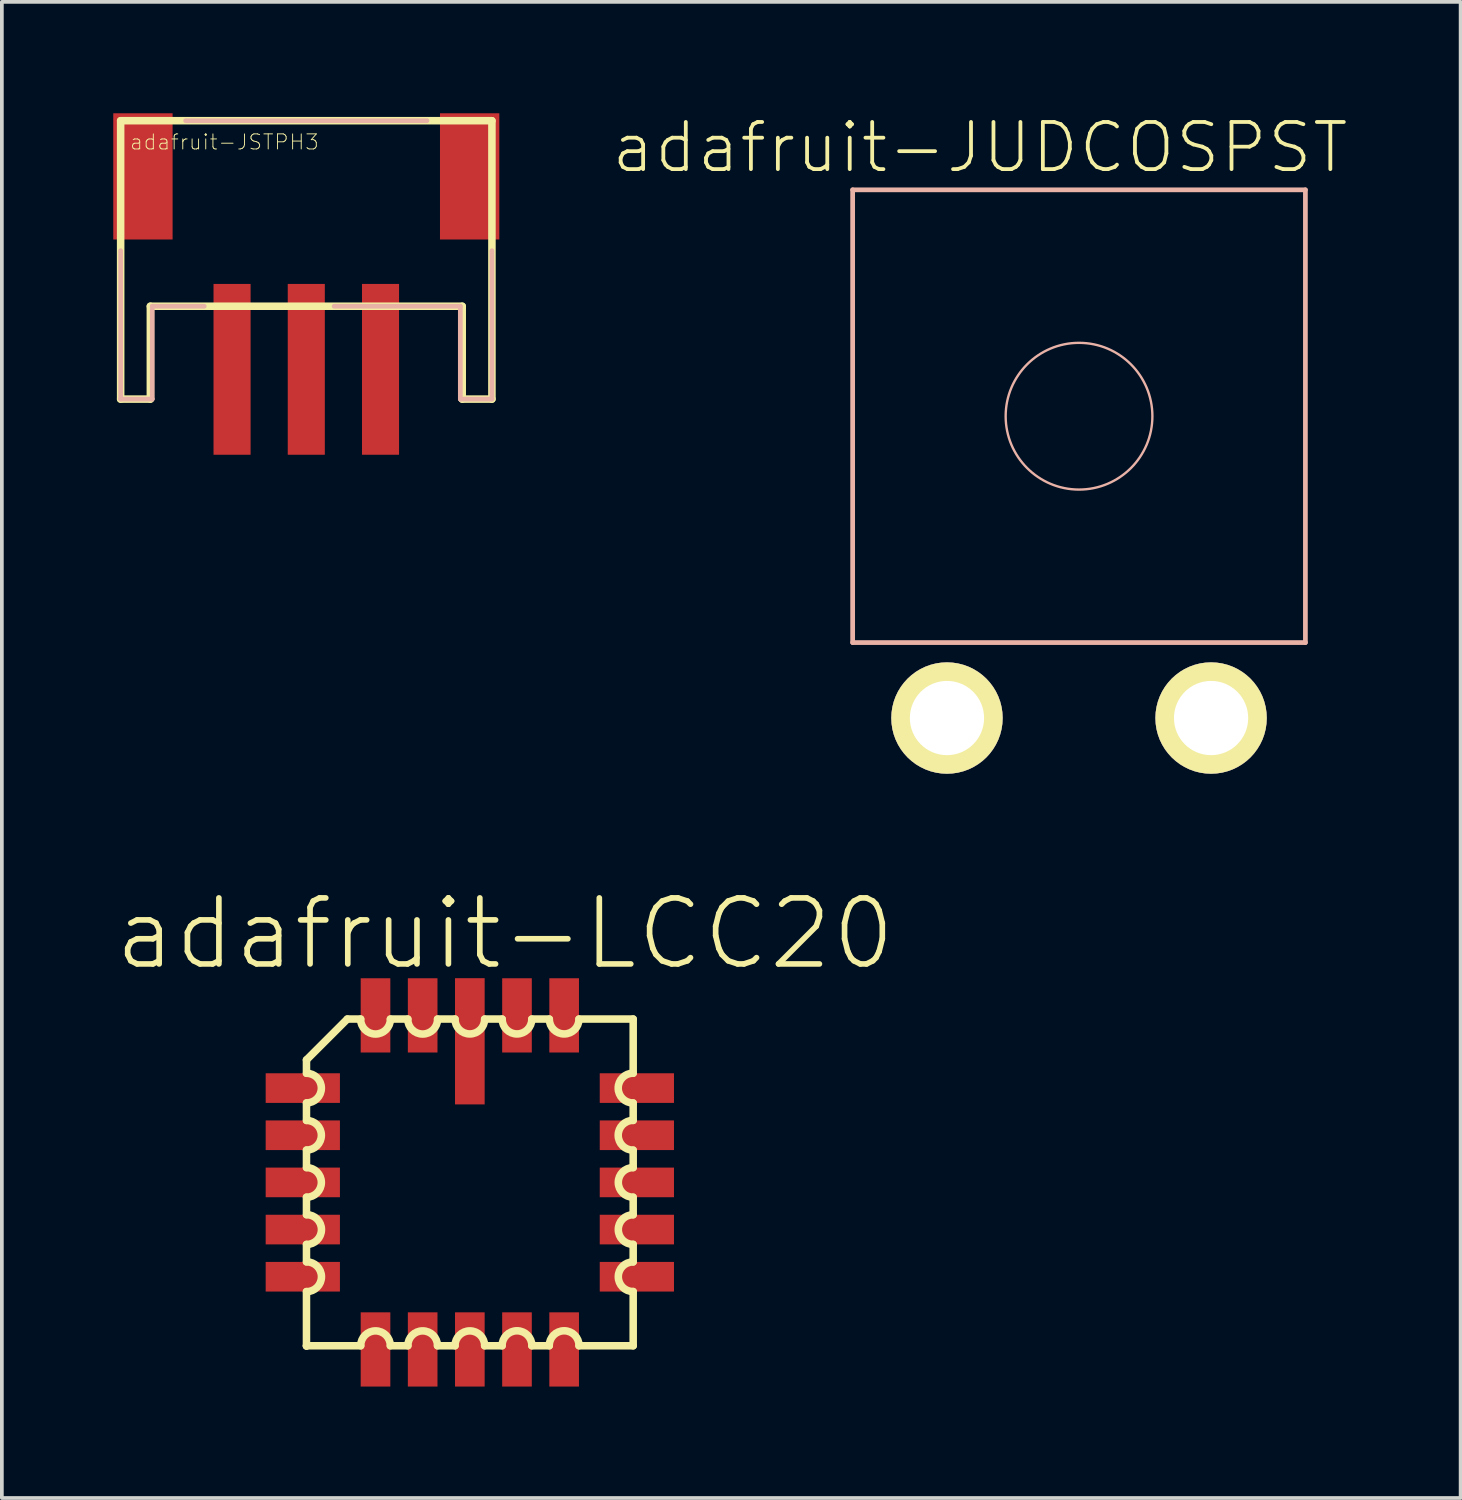
<source format=kicad_pcb>
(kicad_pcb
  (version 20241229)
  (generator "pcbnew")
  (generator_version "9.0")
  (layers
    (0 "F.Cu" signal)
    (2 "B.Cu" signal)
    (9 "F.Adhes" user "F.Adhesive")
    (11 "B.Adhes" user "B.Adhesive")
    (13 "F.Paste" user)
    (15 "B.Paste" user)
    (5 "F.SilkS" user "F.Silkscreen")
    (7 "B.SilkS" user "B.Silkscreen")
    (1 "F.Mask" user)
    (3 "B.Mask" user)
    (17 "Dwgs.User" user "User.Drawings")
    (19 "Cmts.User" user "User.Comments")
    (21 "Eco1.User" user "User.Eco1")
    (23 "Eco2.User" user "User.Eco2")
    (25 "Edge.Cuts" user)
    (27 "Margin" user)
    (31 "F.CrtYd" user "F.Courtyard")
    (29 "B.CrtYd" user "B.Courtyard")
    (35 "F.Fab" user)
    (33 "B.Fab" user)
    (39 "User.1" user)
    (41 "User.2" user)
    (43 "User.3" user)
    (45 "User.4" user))
  (footprint "adafruit-JUDCOSPST"
    (layer "F.Cu")
    (at 26.007 8.158)
    (property "Reference" "adafruit-JUDCOSPST" (at -2.667 -7.236 0) (layer "F.SilkS") (effects (font (size 1.27 1.27) (thickness 0.102))))
    (attr exclude_from_pos_files exclude_from_bom)
    (fp_line (start -6.096 -6.096) (end 6.096 -6.096) (stroke (width 0.127) (type solid)) (layer "B.SilkS"))
    (fp_line (start -6.096 6.096) (end -6.096 -6.096) (stroke (width 0.127) (type solid)) (layer "B.SilkS"))
    (fp_line (start 6.096 -6.096) (end 6.096 6.096) (stroke (width 0.127) (type solid)) (layer "B.SilkS"))
    (fp_line (start 6.096 6.096) (end -6.096 6.096) (stroke (width 0.127) (type solid)) (layer "B.SilkS"))
    (fp_circle (center 0 0) (end -1.397 1.397) (stroke (width 0.064) (type solid)) (fill no) (layer "B.SilkS"))
    (pad "P" thru_hole circle (at 3.556 8.128) (size 3 3) (drill 1.999) (layers "*.Cu" "F.Mask" "F.SilkS" "F.Paste"))
    (pad "T" thru_hole circle (at -3.556 8.128) (size 3 3) (drill 1.999) (layers "*.Cu" "F.Mask" "F.SilkS" "F.Paste")))
  (footprint "adafruit-LCC20"
    (layer "F.Cu")
    (at 9.602 28.791)
    (property "Reference" "adafruit-LCC20" (at 0.947 -6.698 0) (layer "F.SilkS") (effects (font (size 1.778 1.778) (thickness 0.152))))
    (attr smd)
    (fp_line (start -4.399 -3.299) (end -4.399 -2.939) (stroke (width 0.203) (type solid)) (layer "F.SilkS"))
    (fp_line (start -4.399 -2.139) (end -4.399 -1.669) (stroke (width 0.203) (type solid)) (layer "F.SilkS"))
    (fp_line (start -4.399 -0.869) (end -4.399 -0.399) (stroke (width 0.203) (type solid)) (layer "F.SilkS"))
    (fp_line (start -4.399 0.399) (end -4.399 0.869) (stroke (width 0.203) (type solid)) (layer "F.SilkS"))
    (fp_line (start -4.399 1.669) (end -4.399 2.139) (stroke (width 0.203) (type solid)) (layer "F.SilkS"))
    (fp_line (start -4.399 2.939) (end -4.399 4.399) (stroke (width 0.203) (type solid)) (layer "F.SilkS"))
    (fp_line (start -4.399 4.399) (end -4.399 4.409) (stroke (width 0.203) (type solid)) (layer "F.SilkS"))
    (fp_line (start -4.399 4.399) (end -2.939 4.399) (stroke (width 0.203) (type solid)) (layer "F.SilkS"))
    (fp_line (start -3.299 -4.399) (end -4.399 -3.299) (stroke (width 0.203) (type solid)) (layer "F.SilkS"))
    (fp_line (start -2.939 -4.399) (end -3.299 -4.399) (stroke (width 0.203) (type solid)) (layer "F.SilkS"))
    (fp_line (start -2.139 4.399) (end -1.669 4.399) (stroke (width 0.203) (type solid)) (layer "F.SilkS"))
    (fp_line (start -1.669 -4.399) (end -2.139 -4.399) (stroke (width 0.203) (type solid)) (layer "F.SilkS"))
    (fp_line (start -0.869 4.399) (end -0.399 4.399) (stroke (width 0.203) (type solid)) (layer "F.SilkS"))
    (fp_line (start -0.399 -4.399) (end -0.869 -4.399) (stroke (width 0.203) (type solid)) (layer "F.SilkS"))
    (fp_line (start 0.399 4.399) (end 0.869 4.399) (stroke (width 0.203) (type solid)) (layer "F.SilkS"))
    (fp_line (start 0.869 -4.399) (end 0.399 -4.399) (stroke (width 0.203) (type solid)) (layer "F.SilkS"))
    (fp_line (start 1.669 4.399) (end 2.139 4.399) (stroke (width 0.203) (type solid)) (layer "F.SilkS"))
    (fp_line (start 2.139 -4.399) (end 1.669 -4.399) (stroke (width 0.203) (type solid)) (layer "F.SilkS"))
    (fp_line (start 2.939 4.399) (end 4.399 4.399) (stroke (width 0.203) (type solid)) (layer "F.SilkS"))
    (fp_line (start 4.399 -4.399) (end 2.939 -4.399) (stroke (width 0.203) (type solid)) (layer "F.SilkS"))
    (fp_line (start 4.399 -2.939) (end 4.399 -4.399) (stroke (width 0.203) (type solid)) (layer "F.SilkS"))
    (fp_line (start 4.399 -1.669) (end 4.399 -2.139) (stroke (width 0.203) (type solid)) (layer "F.SilkS"))
    (fp_line (start 4.399 -0.399) (end 4.399 -0.869) (stroke (width 0.203) (type solid)) (layer "F.SilkS"))
    (fp_line (start 4.399 0.869) (end 4.399 0.399) (stroke (width 0.203) (type solid)) (layer "F.SilkS"))
    (fp_line (start 4.399 2.139) (end 4.399 1.669) (stroke (width 0.203) (type solid)) (layer "F.SilkS"))
    (fp_line (start 4.399 4.399) (end 4.399 2.939) (stroke (width 0.203) (type solid)) (layer "F.SilkS"))
    (fp_arc (start -4.39674 -2.93878) (mid -3.99796 -2.54) (end -4.39674 -2.14122) (stroke (width 0.2032) (type solid)) (layer "F.SilkS"))
    (fp_arc (start -4.39674 -1.66878) (mid -3.99796 -1.27) (end -4.39674 -0.87122) (stroke (width 0.2032) (type solid)) (layer "F.SilkS"))
    (fp_arc (start -4.39674 -0.39878) (mid -3.99796 0) (end -4.39674 0.39878) (stroke (width 0.2032) (type solid)) (layer "F.SilkS"))
    (fp_arc (start -4.39674 0.86868) (mid -3.99542 1.27) (end -4.39674 1.67132) (stroke (width 0.2032) (type solid)) (layer "F.SilkS"))
    (fp_arc (start -4.39674 2.13868) (mid -3.99542 2.54) (end -4.39674 2.94132) (stroke (width 0.2032) (type solid)) (layer "F.SilkS"))
    (fp_arc (start -2.93878 4.39674) (mid -2.54 3.99796) (end -2.14122 4.39674) (stroke (width 0.2032) (type solid)) (layer "F.SilkS"))
    (fp_arc (start -2.13868 -4.39674) (mid -2.54 -3.99542) (end -2.94132 -4.39674) (stroke (width 0.2032) (type solid)) (layer "F.SilkS"))
    (fp_arc (start -1.66878 4.39674) (mid -1.27 3.99796) (end -0.87122 4.39674) (stroke (width 0.2032) (type solid)) (layer "F.SilkS"))
    (fp_arc (start -0.86868 -4.39674) (mid -1.27 -3.99542) (end -1.67132 -4.39674) (stroke (width 0.2032) (type solid)) (layer "F.SilkS"))
    (fp_arc (start -0.39878 4.39674) (mid 0 3.99796) (end 0.39878 4.39674) (stroke (width 0.2032) (type solid)) (layer "F.SilkS"))
    (fp_arc (start 0.39878 -4.39674) (mid 0 -3.99796) (end -0.39878 -4.39674) (stroke (width 0.2032) (type solid)) (layer "F.SilkS"))
    (fp_arc (start 0.86868 4.39674) (mid 1.27 3.99542) (end 1.67132 4.39674) (stroke (width 0.2032) (type solid)) (layer "F.SilkS"))
    (fp_arc (start 1.66878 -4.39674) (mid 1.27 -3.99796) (end 0.87122 -4.39674) (stroke (width 0.2032) (type solid)) (layer "F.SilkS"))
    (fp_arc (start 2.13868 4.39674) (mid 2.54 3.99542) (end 2.94132 4.39674) (stroke (width 0.2032) (type solid)) (layer "F.SilkS"))
    (fp_arc (start 2.93878 -4.39674) (mid 2.54 -3.99796) (end 2.14122 -4.39674) (stroke (width 0.2032) (type solid)) (layer "F.SilkS"))
    (fp_arc (start 4.39674 -2.13868) (mid 3.99542 -2.54) (end 4.39674 -2.94132) (stroke (width 0.2032) (type solid)) (layer "F.SilkS"))
    (fp_arc (start 4.39674 -0.86868) (mid 3.99542 -1.27) (end 4.39674 -1.67132) (stroke (width 0.2032) (type solid)) (layer "F.SilkS"))
    (fp_arc (start 4.39674 0.39878) (mid 3.99796 0) (end 4.39674 -0.39878) (stroke (width 0.2032) (type solid)) (layer "F.SilkS"))
    (fp_arc (start 4.39674 1.66878) (mid 3.99796 1.27) (end 4.39674 0.87122) (stroke (width 0.2032) (type solid)) (layer "F.SilkS"))
    (fp_arc (start 4.39674 2.93878) (mid 3.99796 2.54) (end 4.39674 2.14122) (stroke (width 0.2032) (type solid)) (layer "F.SilkS"))
    (pad "1" smd rect (at 0 -3.8) (size 0.798 3.399) (layers "F.Cu" "F.Mask" "F.Paste"))
    (pad "2" smd rect (at -1.27 -4.498) (size 0.798 1.999) (layers "F.Cu" "F.Mask" "F.Paste"))
    (pad "3" smd rect (at -2.54 -4.498) (size 0.798 1.999) (layers "F.Cu" "F.Mask" "F.Paste"))
    (pad "4" smd rect (at -4.498 -2.54) (size 1.999 0.798) (layers "F.Cu" "F.Mask" "F.Paste"))
    (pad "5" smd rect (at -4.498 -1.27) (size 1.999 0.798) (layers "F.Cu" "F.Mask" "F.Paste"))
    (pad "6" smd rect (at -4.498 0) (size 1.999 0.798) (layers "F.Cu" "F.Mask" "F.Paste"))
    (pad "7" smd rect (at -4.498 1.27) (size 1.999 0.798) (layers "F.Cu" "F.Mask" "F.Paste"))
    (pad "8" smd rect (at -4.498 2.54) (size 1.999 0.798) (layers "F.Cu" "F.Mask" "F.Paste"))
    (pad "9" smd rect (at -2.54 4.498) (size 0.798 1.999) (layers "F.Cu" "F.Mask" "F.Paste"))
    (pad "10" smd rect (at -1.27 4.498) (size 0.798 1.999) (layers "F.Cu" "F.Mask" "F.Paste"))
    (pad "11" smd rect (at 0 4.498) (size 0.798 1.999) (layers "F.Cu" "F.Mask" "F.Paste"))
    (pad "12" smd rect (at 1.27 4.498) (size 0.798 1.999) (layers "F.Cu" "F.Mask" "F.Paste"))
    (pad "13" smd rect (at 2.54 4.498) (size 0.798 1.999) (layers "F.Cu" "F.Mask" "F.Paste"))
    (pad "14" smd rect (at 4.498 2.54) (size 1.999 0.798) (layers "F.Cu" "F.Mask" "F.Paste"))
    (pad "15" smd rect (at 4.498 1.27) (size 1.999 0.798) (layers "F.Cu" "F.Mask" "F.Paste"))
    (pad "16" smd rect (at 4.498 0) (size 1.999 0.798) (layers "F.Cu" "F.Mask" "F.Paste"))
    (pad "17" smd rect (at 4.498 -1.27) (size 1.999 0.798) (layers "F.Cu" "F.Mask" "F.Paste"))
    (pad "18" smd rect (at 4.498 -2.54) (size 1.999 0.798) (layers "F.Cu" "F.Mask" "F.Paste"))
    (pad "19" smd rect (at 2.54 -4.498) (size 0.798 1.999) (layers "F.Cu" "F.Mask" "F.Paste"))
    (pad "20" smd rect (at 1.27 -4.498) (size 0.798 1.999) (layers "F.Cu" "F.Mask" "F.Paste")))
  (footprint "adafruit-JSTPH3"
    (layer "F.Cu")
    (at 5.198 4.199)
    (property "Reference" "adafruit-JSTPH3" (at -2.205 -3.424 0) (layer "F.SilkS") (effects (font (size 0.406 0.406) (thickness 0.025))))
    (attr smd)
    (fp_line (start -4.999 -3.998) (end 4.999 -3.998) (stroke (width 0.203) (type solid)) (layer "F.SilkS"))
    (fp_line (start -4.999 3.498) (end -4.999 -3.998) (stroke (width 0.203) (type solid)) (layer "F.SilkS"))
    (fp_line (start -4.199 0.998) (end -4.199 3.498) (stroke (width 0.203) (type solid)) (layer "F.SilkS"))
    (fp_line (start -4.199 3.498) (end -4.999 3.498) (stroke (width 0.203) (type solid)) (layer "F.SilkS"))
    (fp_line (start 4.199 0.998) (end -4.199 0.998) (stroke (width 0.203) (type solid)) (layer "F.SilkS"))
    (fp_line (start 4.199 3.498) (end 4.199 0.998) (stroke (width 0.203) (type solid)) (layer "F.SilkS"))
    (fp_line (start 4.999 -3.998) (end 4.999 3.498) (stroke (width 0.203) (type solid)) (layer "F.SilkS"))
    (fp_line (start 4.999 3.498) (end 4.199 3.498) (stroke (width 0.203) (type solid)) (layer "F.SilkS"))
    (fp_line (start -4.999 3.498) (end -4.999 -0.498) (stroke (width 0.127) (type solid)) (layer "B.SilkS"))
    (fp_line (start -4.148 0.998) (end -4.148 3.498) (stroke (width 0.127) (type solid)) (layer "B.SilkS"))
    (fp_line (start -4.148 3.498) (end -4.999 3.498) (stroke (width 0.127) (type solid)) (layer "B.SilkS"))
    (fp_line (start -3.249 -3.998) (end 3.249 -3.998) (stroke (width 0.127) (type solid)) (layer "B.SilkS"))
    (fp_line (start -2.748 0.998) (end -4.148 0.998) (stroke (width 0.127) (type solid)) (layer "B.SilkS"))
    (fp_line (start 4.148 0.998) (end 0.749 0.998) (stroke (width 0.127) (type solid)) (layer "B.SilkS"))
    (fp_line (start 4.148 3.498) (end 4.148 0.998) (stroke (width 0.127) (type solid)) (layer "B.SilkS"))
    (fp_line (start 4.999 -0.498) (end 4.999 3.498) (stroke (width 0.127) (type solid)) (layer "B.SilkS"))
    (fp_line (start 4.999 3.498) (end 4.148 3.498) (stroke (width 0.127) (type solid)) (layer "B.SilkS"))
    (pad "1" smd rect (at -1.999 2.697) (size 0.998 4.6) (layers "F.Cu" "F.Mask" "F.Paste"))
    (pad "2" smd rect (at 0 2.697) (size 0.998 4.6) (layers "F.Cu" "F.Mask" "F.Paste"))
    (pad "3" smd rect (at 1.999 2.697) (size 0.998 4.6) (layers "F.Cu" "F.Mask" "F.Paste"))
    (pad "NC1" smd rect (at -4.399 -2.499 90) (size 3.399 1.598) (layers "F.Cu" "F.Mask" "F.Paste"))
    (pad "NC2" smd rect (at 4.399 -2.499 90) (size 3.399 1.598) (layers "F.Cu" "F.Mask" "F.Paste")))
  (gr_rect
    (start -3 -3)
    (end 36.283 37.289)
    (stroke (width 0.1) (type default))
    (fill no)
    (layer "Edge.Cuts")))
</source>
